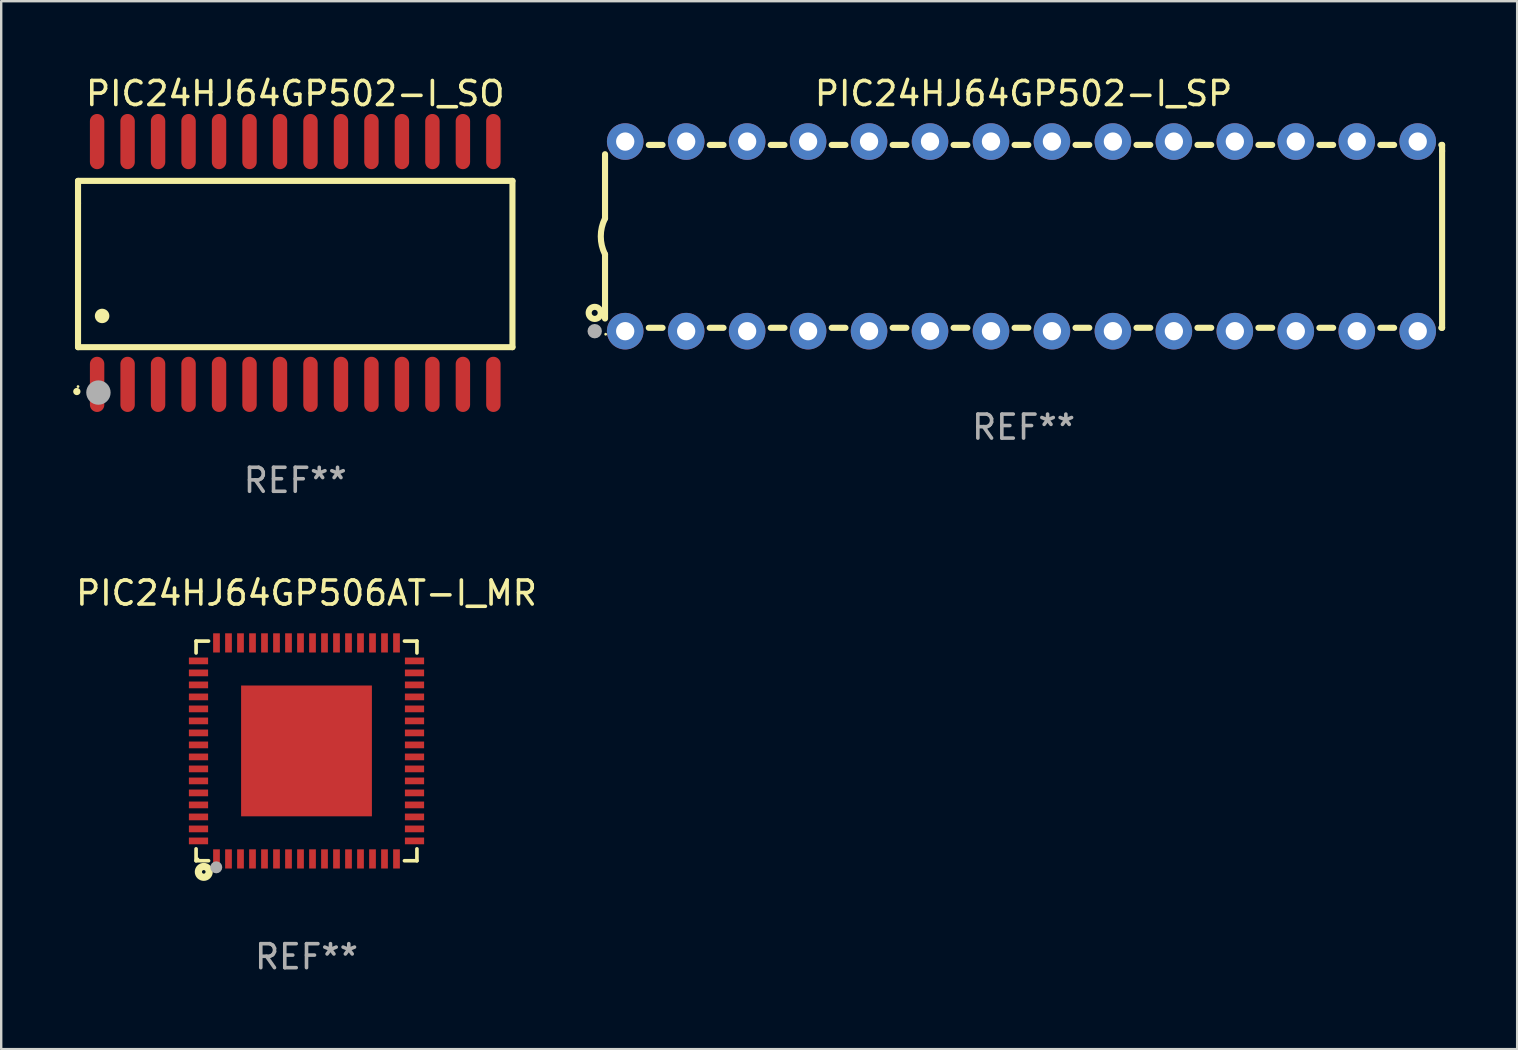
<source format=kicad_pcb>
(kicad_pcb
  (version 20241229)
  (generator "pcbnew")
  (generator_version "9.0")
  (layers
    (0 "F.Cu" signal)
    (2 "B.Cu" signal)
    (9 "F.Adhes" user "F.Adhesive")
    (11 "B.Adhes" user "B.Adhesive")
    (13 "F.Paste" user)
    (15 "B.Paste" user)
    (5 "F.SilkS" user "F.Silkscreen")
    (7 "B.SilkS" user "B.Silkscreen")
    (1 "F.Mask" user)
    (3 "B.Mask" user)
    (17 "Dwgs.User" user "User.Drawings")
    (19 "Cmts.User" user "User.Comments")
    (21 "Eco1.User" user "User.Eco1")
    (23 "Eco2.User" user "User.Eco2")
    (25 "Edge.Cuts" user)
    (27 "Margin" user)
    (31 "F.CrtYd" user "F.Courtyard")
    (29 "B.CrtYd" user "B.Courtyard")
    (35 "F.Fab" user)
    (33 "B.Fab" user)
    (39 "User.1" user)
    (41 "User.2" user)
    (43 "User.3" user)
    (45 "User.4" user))
  (footprint "PIC24HJ64GP502-I_SP"
    (layer "F.Cu")
    (at 39.596 6.798)
    (property "Reference" "PIC24HJ64GP502-I_SP" (at 0 -5.95 0) (layer "F.SilkS") (effects (font (size 1 1) (thickness 0.15))))
    (attr through_hole)
    (fp_line (start -17.438 0.75) (end -17.438 3.423) (stroke (width 0.254) (type solid)) (layer "F.SilkS"))
    (fp_line (start -17.438 -3.423) (end -17.438 -0.75) (stroke (width 0.254) (type solid)) (layer "F.SilkS"))
    (fp_line (start -15.615 3.81) (end -15.041 3.81) (stroke (width 0.254) (type solid)) (layer "F.SilkS"))
    (fp_line (start -15.041 -3.81) (end -15.614 -3.81) (stroke (width 0.254) (type solid)) (layer "F.SilkS"))
    (fp_line (start -13.075 3.81) (end -12.501 3.81) (stroke (width 0.254) (type solid)) (layer "F.SilkS"))
    (fp_line (start -12.501 -3.81) (end -13.074 -3.81) (stroke (width 0.254) (type solid)) (layer "F.SilkS"))
    (fp_line (start -10.535 3.81) (end -9.961 3.81) (stroke (width 0.254) (type solid)) (layer "F.SilkS"))
    (fp_line (start -9.961 -3.81) (end -10.534 -3.81) (stroke (width 0.254) (type solid)) (layer "F.SilkS"))
    (fp_line (start -7.995 3.81) (end -7.421 3.81) (stroke (width 0.254) (type solid)) (layer "F.SilkS"))
    (fp_line (start -7.421 -3.81) (end -7.995 -3.81) (stroke (width 0.254) (type solid)) (layer "F.SilkS"))
    (fp_line (start -5.455 3.81) (end -4.881 3.81) (stroke (width 0.254) (type solid)) (layer "F.SilkS"))
    (fp_line (start -4.881 -3.81) (end -5.455 -3.81) (stroke (width 0.254) (type solid)) (layer "F.SilkS"))
    (fp_line (start -2.915 3.81) (end -2.341 3.81) (stroke (width 0.254) (type solid)) (layer "F.SilkS"))
    (fp_line (start -2.341 -3.81) (end -2.915 -3.81) (stroke (width 0.254) (type solid)) (layer "F.SilkS"))
    (fp_line (start -0.375 3.81) (end 0.199 3.81) (stroke (width 0.254) (type solid)) (layer "F.SilkS"))
    (fp_line (start 0.199 -3.81) (end -0.375 -3.81) (stroke (width 0.254) (type solid)) (layer "F.SilkS"))
    (fp_line (start 2.165 3.81) (end 2.739 3.81) (stroke (width 0.254) (type solid)) (layer "F.SilkS"))
    (fp_line (start 2.739 -3.81) (end 2.165 -3.81) (stroke (width 0.254) (type solid)) (layer "F.SilkS"))
    (fp_line (start 4.705 3.81) (end 5.279 3.81) (stroke (width 0.254) (type solid)) (layer "F.SilkS"))
    (fp_line (start 5.279 -3.81) (end 4.705 -3.81) (stroke (width 0.254) (type solid)) (layer "F.SilkS"))
    (fp_line (start 7.245 3.81) (end 7.819 3.81) (stroke (width 0.254) (type solid)) (layer "F.SilkS"))
    (fp_line (start 7.819 -3.81) (end 7.245 -3.81) (stroke (width 0.254) (type solid)) (layer "F.SilkS"))
    (fp_line (start 9.785 3.81) (end 10.359 3.81) (stroke (width 0.254) (type solid)) (layer "F.SilkS"))
    (fp_line (start 10.359 -3.81) (end 9.785 -3.81) (stroke (width 0.254) (type solid)) (layer "F.SilkS"))
    (fp_line (start 12.325 3.81) (end 12.899 3.81) (stroke (width 0.254) (type solid)) (layer "F.SilkS"))
    (fp_line (start 12.899 -3.81) (end 12.325 -3.81) (stroke (width 0.254) (type solid)) (layer "F.SilkS"))
    (fp_line (start 14.865 3.81) (end 15.439 3.81) (stroke (width 0.254) (type solid)) (layer "F.SilkS"))
    (fp_line (start 15.439 -3.81) (end 14.865 -3.81) (stroke (width 0.254) (type solid)) (layer "F.SilkS"))
    (fp_line (start 17.405 3.81) (end 17.438 3.81) (stroke (width 0.254) (type solid)) (layer "F.SilkS"))
    (fp_line (start 17.438 -3.81) (end 17.405 -3.81) (stroke (width 0.254) (type solid)) (layer "F.SilkS"))
    (fp_line (start 17.438 -3.556) (end 17.438 -3.81) (stroke (width 0.254) (type solid)) (layer "F.SilkS"))
    (fp_line (start 17.438 3.81) (end 17.438 -3.556) (stroke (width 0.254) (type solid)) (layer "F.SilkS"))
    (fp_arc (start -17.437986 0.749657) (mid -17.614887 -0.000024) (end -17.437783 -0.749657) (stroke (width 0.254001) (type solid)) (layer "F.SilkS"))
    (fp_circle (center -17.868 3.188) (end -17.743 3.188) (stroke (width 0.254) (type solid)) (fill no) (layer "F.SilkS"))
    (fp_circle (center -17.411 4.077) (end -17.381 4.077) (stroke (width 0.06) (type solid)) (fill no) (layer "F.SilkS"))
    (fp_circle (center -17.868 3.95) (end -17.718 3.95) (stroke (width 0.3) (type solid)) (fill no) (layer "F.Fab"))
    (fp_text user "REF**" (at 0 7.95 0) (layer "F.Fab") (effects (font (size 1 1) (thickness 0.15))))
    (pad "1" thru_hole circle (at -16.598 3.95) (size 1.524 1.524) (drill 0.762) (layers "*.Cu" "*.Mask"))
    (pad "2" thru_hole circle (at -14.058 3.95) (size 1.524 1.524) (drill 0.762) (layers "*.Cu" "*.Mask"))
    (pad "3" thru_hole circle (at -11.518 3.95) (size 1.524 1.524) (drill 0.762) (layers "*.Cu" "*.Mask"))
    (pad "4" thru_hole circle (at -8.978 3.95) (size 1.524 1.524) (drill 0.762) (layers "*.Cu" "*.Mask"))
    (pad "5" thru_hole circle (at -6.438 3.95) (size 1.524 1.524) (drill 0.762) (layers "*.Cu" "*.Mask"))
    (pad "6" thru_hole circle (at -3.898 3.95) (size 1.524 1.524) (drill 0.762) (layers "*.Cu" "*.Mask"))
    (pad "7" thru_hole circle (at -1.358 3.95) (size 1.524 1.524) (drill 0.762) (layers "*.Cu" "*.Mask"))
    (pad "8" thru_hole circle (at 1.182 3.95) (size 1.524 1.524) (drill 0.762) (layers "*.Cu" "*.Mask"))
    (pad "9" thru_hole circle (at 3.722 3.95) (size 1.524 1.524) (drill 0.762) (layers "*.Cu" "*.Mask"))
    (pad "10" thru_hole circle (at 6.262 3.95) (size 1.524 1.524) (drill 0.762) (layers "*.Cu" "*.Mask"))
    (pad "11" thru_hole circle (at 8.802 3.95) (size 1.524 1.524) (drill 0.762) (layers "*.Cu" "*.Mask"))
    (pad "12" thru_hole circle (at 11.342 3.95) (size 1.524 1.524) (drill 0.762) (layers "*.Cu" "*.Mask"))
    (pad "13" thru_hole circle (at 13.882 3.95) (size 1.524 1.524) (drill 0.762) (layers "*.Cu" "*.Mask"))
    (pad "14" thru_hole circle (at 16.422 3.95) (size 1.524 1.524) (drill 0.762) (layers "*.Cu" "*.Mask"))
    (pad "15" thru_hole circle (at 16.422 -3.95) (size 1.524 1.524) (drill 0.762) (layers "*.Cu" "*.Mask"))
    (pad "16" thru_hole circle (at 13.882 -3.95) (size 1.524 1.524) (drill 0.762) (layers "*.Cu" "*.Mask"))
    (pad "17" thru_hole circle (at 11.342 -3.95) (size 1.524 1.524) (drill 0.762) (layers "*.Cu" "*.Mask"))
    (pad "18" thru_hole circle (at 8.802 -3.95) (size 1.524 1.524) (drill 0.762) (layers "*.Cu" "*.Mask"))
    (pad "19" thru_hole circle (at 6.262 -3.95) (size 1.524 1.524) (drill 0.762) (layers "*.Cu" "*.Mask"))
    (pad "20" thru_hole circle (at 3.722 -3.95) (size 1.524 1.524) (drill 0.762) (layers "*.Cu" "*.Mask"))
    (pad "21" thru_hole circle (at 1.182 -3.95) (size 1.524 1.524) (drill 0.762) (layers "*.Cu" "*.Mask"))
    (pad "22" thru_hole circle (at -1.358 -3.95) (size 1.524 1.524) (drill 0.762) (layers "*.Cu" "*.Mask"))
    (pad "23" thru_hole circle (at -3.898 -3.95) (size 1.524 1.524) (drill 0.762) (layers "*.Cu" "*.Mask"))
    (pad "24" thru_hole circle (at -6.438 -3.95) (size 1.524 1.524) (drill 0.762) (layers "*.Cu" "*.Mask"))
    (pad "25" thru_hole circle (at -8.978 -3.95) (size 1.524 1.524) (drill 0.762) (layers "*.Cu" "*.Mask"))
    (pad "26" thru_hole circle (at -11.517 -3.95) (size 1.524 1.524) (drill 0.762) (layers "*.Cu" "*.Mask"))
    (pad "27" thru_hole circle (at -14.057 -3.95) (size 1.524 1.524) (drill 0.762) (layers "*.Cu" "*.Mask"))
    (pad "28" thru_hole circle (at -16.597 -3.95) (size 1.524 1.524) (drill 0.762) (layers "*.Cu" "*.Mask")))
  (footprint "PIC24HJ64GP502-I_SO"
    (layer "F.Cu")
    (at 9.251 7.906)
    (property "Reference" "PIC24HJ64GP502-I_SO" (at 0 -7.058 0) (layer "F.SilkS") (effects (font (size 1 1) (thickness 0.15))))
    (attr through_hole)
    (fp_line (start -9.05 -3.42) (end 9.05 -3.42) (stroke (width 0.254) (type solid)) (layer "F.SilkS"))
    (fp_line (start -9.05 -2.492) (end -9.05 -3.42) (stroke (width 0.254) (type solid)) (layer "F.SilkS"))
    (fp_line (start -9.05 3.508) (end -9.05 -2.492) (stroke (width 0.254) (type solid)) (layer "F.SilkS"))
    (fp_line (start 9.05 -3.42) (end 9.05 3.508) (stroke (width 0.254) (type solid)) (layer "F.SilkS"))
    (fp_line (start 9.05 3.508) (end -9.05 3.508) (stroke (width 0.254) (type solid)) (layer "F.SilkS"))
    (fp_arc (start -9.100838 5.35649) (mid -9.099568 5.356485) (end -9.098298 5.35649) (stroke (width 0.3) (type solid)) (layer "F.SilkS"))
    (fp_arc (start -8.049276 2.206883) (mid -8.046736 2.206872) (end -8.044196 2.206883) (stroke (width 0.6) (type solid)) (layer "F.SilkS"))
    (fp_circle (center -9.05 5.15) (end -9.02 5.15) (stroke (width 0.06) (type solid)) (fill no) (layer "F.SilkS"))
    (fp_circle (center -8.2 5.4) (end -7.946 5.4) (stroke (width 0.508) (type solid)) (fill no) (layer "F.Fab"))
    (fp_text user "REF**" (at 0 9.058 0) (layer "F.Fab") (effects (font (size 1 1) (thickness 0.15))))
    (pad "1" smd oval (at -8.255 5.058 180) (size 0.6 2.3) (layers "F.Cu" "F.Mask" "F.Paste"))
    (pad "2" smd oval (at -6.985 5.058 180) (size 0.6 2.3) (layers "F.Cu" "F.Mask" "F.Paste"))
    (pad "3" smd oval (at -5.715 5.058 180) (size 0.6 2.3) (layers "F.Cu" "F.Mask" "F.Paste"))
    (pad "4" smd oval (at -4.445 5.058 180) (size 0.6 2.3) (layers "F.Cu" "F.Mask" "F.Paste"))
    (pad "5" smd oval (at -3.175 5.058 180) (size 0.6 2.3) (layers "F.Cu" "F.Mask" "F.Paste"))
    (pad "6" smd oval (at -1.905 5.058 180) (size 0.6 2.3) (layers "F.Cu" "F.Mask" "F.Paste"))
    (pad "7" smd oval (at -0.635 5.058 180) (size 0.6 2.3) (layers "F.Cu" "F.Mask" "F.Paste"))
    (pad "8" smd oval (at 0.635 5.058 180) (size 0.6 2.3) (layers "F.Cu" "F.Mask" "F.Paste"))
    (pad "9" smd oval (at 1.905 5.058 180) (size 0.6 2.3) (layers "F.Cu" "F.Mask" "F.Paste"))
    (pad "10" smd oval (at 3.175 5.058 180) (size 0.6 2.3) (layers "F.Cu" "F.Mask" "F.Paste"))
    (pad "11" smd oval (at 4.445 5.058 180) (size 0.6 2.3) (layers "F.Cu" "F.Mask" "F.Paste"))
    (pad "12" smd oval (at 5.715 5.058 180) (size 0.6 2.3) (layers "F.Cu" "F.Mask" "F.Paste"))
    (pad "13" smd oval (at 6.985 5.058 180) (size 0.6 2.3) (layers "F.Cu" "F.Mask" "F.Paste"))
    (pad "14" smd oval (at 8.255 5.058 180) (size 0.6 2.3) (layers "F.Cu" "F.Mask" "F.Paste"))
    (pad "15" smd oval (at 8.255 -5.058 180) (size 0.6 2.3) (layers "F.Cu" "F.Mask" "F.Paste"))
    (pad "16" smd oval (at 6.985 -5.058 180) (size 0.6 2.3) (layers "F.Cu" "F.Mask" "F.Paste"))
    (pad "17" smd oval (at 5.715 -5.058 180) (size 0.6 2.3) (layers "F.Cu" "F.Mask" "F.Paste"))
    (pad "18" smd oval (at 4.445 -5.058 180) (size 0.6 2.3) (layers "F.Cu" "F.Mask" "F.Paste"))
    (pad "19" smd oval (at 3.175 -5.058 180) (size 0.6 2.3) (layers "F.Cu" "F.Mask" "F.Paste"))
    (pad "20" smd oval (at 1.905 -5.058 180) (size 0.6 2.3) (layers "F.Cu" "F.Mask" "F.Paste"))
    (pad "21" smd oval (at 0.635 -5.058 180) (size 0.6 2.3) (layers "F.Cu" "F.Mask" "F.Paste"))
    (pad "22" smd oval (at -0.635 -5.058 180) (size 0.6 2.3) (layers "F.Cu" "F.Mask" "F.Paste"))
    (pad "23" smd oval (at -1.905 -5.058 180) (size 0.6 2.3) (layers "F.Cu" "F.Mask" "F.Paste"))
    (pad "24" smd oval (at -3.175 -5.058 180) (size 0.6 2.3) (layers "F.Cu" "F.Mask" "F.Paste"))
    (pad "25" smd oval (at -4.445 -5.058 180) (size 0.6 2.3) (layers "F.Cu" "F.Mask" "F.Paste"))
    (pad "26" smd oval (at -5.715 -5.058 180) (size 0.6 2.3) (layers "F.Cu" "F.Mask" "F.Paste"))
    (pad "27" smd oval (at -6.985 -5.058 180) (size 0.6 2.3) (layers "F.Cu" "F.Mask" "F.Paste"))
    (pad "28" smd oval (at -8.255 -5.058 180) (size 0.6 2.3) (layers "F.Cu" "F.Mask" "F.Paste")))
  (footprint "PIC24HJ64GP506AT-I_MR"
    (layer "F.Cu")
    (at 9.72 28.236)
    (property "Reference" "PIC24HJ64GP506AT-I_MR" (at 0 -6.576 0) (layer "F.SilkS") (effects (font (size 1 1) (thickness 0.15))))
    (attr through_hole)
    (fp_line (start -4.601 -4.576) (end -4.081 -4.576) (stroke (width 0.152) (type solid)) (layer "F.SilkS"))
    (fp_line (start -4.601 -4.081) (end -4.601 -4.576) (stroke (width 0.152) (type solid)) (layer "F.SilkS"))
    (fp_line (start -4.601 4.081) (end -4.601 4.576) (stroke (width 0.152) (type solid)) (layer "F.SilkS"))
    (fp_line (start -4.601 4.576) (end -4.081 4.576) (stroke (width 0.152) (type solid)) (layer "F.SilkS"))
    (fp_line (start 4.601 -4.576) (end 4.081 -4.576) (stroke (width 0.152) (type solid)) (layer "F.SilkS"))
    (fp_line (start 4.601 -4.081) (end 4.601 -4.576) (stroke (width 0.152) (type solid)) (layer "F.SilkS"))
    (fp_line (start 4.601 4.081) (end 4.601 4.576) (stroke (width 0.152) (type solid)) (layer "F.SilkS"))
    (fp_line (start 4.601 4.576) (end 4.081 4.576) (stroke (width 0.152) (type solid)) (layer "F.SilkS"))
    (fp_circle (center -4.525 4.5) (end -4.495 4.5) (stroke (width 0.06) (type solid)) (fill no) (layer "F.SilkS"))
    (fp_circle (center -4.28 5.04) (end -4.205 5.04) (stroke (width 0.3) (type solid)) (fill no) (layer "F.SilkS"))
    (fp_circle (center -3.76 4.85) (end -3.635 4.85) (stroke (width 0.25) (type solid)) (fill no) (layer "F.Fab"))
    (fp_text user "REF**" (at 0 8.576 0) (layer "F.Fab") (effects (font (size 1 1) (thickness 0.15))))
    (pad "1" smd rect (at -3.75 4.5) (size 0.28 0.8) (layers "F.Cu" "F.Mask" "F.Paste"))
    (pad "2" smd rect (at -3.25 4.5) (size 0.28 0.8) (layers "F.Cu" "F.Mask" "F.Paste"))
    (pad "3" smd rect (at -2.75 4.5) (size 0.28 0.8) (layers "F.Cu" "F.Mask" "F.Paste"))
    (pad "4" smd rect (at -2.25 4.5) (size 0.28 0.8) (layers "F.Cu" "F.Mask" "F.Paste"))
    (pad "5" smd rect (at -1.75 4.5) (size 0.28 0.8) (layers "F.Cu" "F.Mask" "F.Paste"))
    (pad "6" smd rect (at -1.25 4.5) (size 0.28 0.8) (layers "F.Cu" "F.Mask" "F.Paste"))
    (pad "7" smd rect (at -0.75 4.5) (size 0.28 0.8) (layers "F.Cu" "F.Mask" "F.Paste"))
    (pad "8" smd rect (at -0.25 4.5) (size 0.28 0.8) (layers "F.Cu" "F.Mask" "F.Paste"))
    (pad "9" smd rect (at 0.25 4.5) (size 0.28 0.8) (layers "F.Cu" "F.Mask" "F.Paste"))
    (pad "10" smd rect (at 0.75 4.5) (size 0.28 0.8) (layers "F.Cu" "F.Mask" "F.Paste"))
    (pad "11" smd rect (at 1.25 4.5) (size 0.28 0.8) (layers "F.Cu" "F.Mask" "F.Paste"))
    (pad "12" smd rect (at 1.75 4.5) (size 0.28 0.8) (layers "F.Cu" "F.Mask" "F.Paste"))
    (pad "13" smd rect (at 2.25 4.5) (size 0.28 0.8) (layers "F.Cu" "F.Mask" "F.Paste"))
    (pad "14" smd rect (at 2.75 4.5) (size 0.28 0.8) (layers "F.Cu" "F.Mask" "F.Paste"))
    (pad "15" smd rect (at 3.25 4.5) (size 0.28 0.8) (layers "F.Cu" "F.Mask" "F.Paste"))
    (pad "16" smd rect (at 3.75 4.5) (size 0.28 0.8) (layers "F.Cu" "F.Mask" "F.Paste"))
    (pad "17" smd rect (at 4.5 3.75) (size 0.8 0.28) (layers "F.Cu" "F.Mask" "F.Paste"))
    (pad "18" smd rect (at 4.5 3.25) (size 0.8 0.28) (layers "F.Cu" "F.Mask" "F.Paste"))
    (pad "19" smd rect (at 4.5 2.75) (size 0.8 0.28) (layers "F.Cu" "F.Mask" "F.Paste"))
    (pad "20" smd rect (at 4.5 2.25) (size 0.8 0.28) (layers "F.Cu" "F.Mask" "F.Paste"))
    (pad "21" smd rect (at 4.5 1.75) (size 0.8 0.28) (layers "F.Cu" "F.Mask" "F.Paste"))
    (pad "22" smd rect (at 4.5 1.25) (size 0.8 0.28) (layers "F.Cu" "F.Mask" "F.Paste"))
    (pad "23" smd rect (at 4.5 0.75) (size 0.8 0.28) (layers "F.Cu" "F.Mask" "F.Paste"))
    (pad "24" smd rect (at 4.5 0.25) (size 0.8 0.28) (layers "F.Cu" "F.Mask" "F.Paste"))
    (pad "25" smd rect (at 4.5 -0.25) (size 0.8 0.28) (layers "F.Cu" "F.Mask" "F.Paste"))
    (pad "26" smd rect (at 4.5 -0.75) (size 0.8 0.28) (layers "F.Cu" "F.Mask" "F.Paste"))
    (pad "27" smd rect (at 4.5 -1.25) (size 0.8 0.28) (layers "F.Cu" "F.Mask" "F.Paste"))
    (pad "28" smd rect (at 4.5 -1.75) (size 0.8 0.28) (layers "F.Cu" "F.Mask" "F.Paste"))
    (pad "29" smd rect (at 4.5 -2.25) (size 0.8 0.28) (layers "F.Cu" "F.Mask" "F.Paste"))
    (pad "30" smd rect (at 4.5 -2.75) (size 0.8 0.28) (layers "F.Cu" "F.Mask" "F.Paste"))
    (pad "31" smd rect (at 4.5 -3.25) (size 0.8 0.28) (layers "F.Cu" "F.Mask" "F.Paste"))
    (pad "32" smd rect (at 4.5 -3.75) (size 0.8 0.28) (layers "F.Cu" "F.Mask" "F.Paste"))
    (pad "33" smd rect (at 3.75 -4.5) (size 0.28 0.8) (layers "F.Cu" "F.Mask" "F.Paste"))
    (pad "34" smd rect (at 3.25 -4.5) (size 0.28 0.8) (layers "F.Cu" "F.Mask" "F.Paste"))
    (pad "35" smd rect (at 2.75 -4.5) (size 0.28 0.8) (layers "F.Cu" "F.Mask" "F.Paste"))
    (pad "36" smd rect (at 2.25 -4.5) (size 0.28 0.8) (layers "F.Cu" "F.Mask" "F.Paste"))
    (pad "37" smd rect (at 1.75 -4.5) (size 0.28 0.8) (layers "F.Cu" "F.Mask" "F.Paste"))
    (pad "38" smd rect (at 1.25 -4.5) (size 0.28 0.8) (layers "F.Cu" "F.Mask" "F.Paste"))
    (pad "39" smd rect (at 0.75 -4.5) (size 0.28 0.8) (layers "F.Cu" "F.Mask" "F.Paste"))
    (pad "40" smd rect (at 0.25 -4.5) (size 0.28 0.8) (layers "F.Cu" "F.Mask" "F.Paste"))
    (pad "41" smd rect (at -0.25 -4.5) (size 0.28 0.8) (layers "F.Cu" "F.Mask" "F.Paste"))
    (pad "42" smd rect (at -0.75 -4.5) (size 0.28 0.8) (layers "F.Cu" "F.Mask" "F.Paste"))
    (pad "43" smd rect (at -1.25 -4.5) (size 0.28 0.8) (layers "F.Cu" "F.Mask" "F.Paste"))
    (pad "44" smd rect (at -1.75 -4.5) (size 0.28 0.8) (layers "F.Cu" "F.Mask" "F.Paste"))
    (pad "45" smd rect (at -2.25 -4.5) (size 0.28 0.8) (layers "F.Cu" "F.Mask" "F.Paste"))
    (pad "46" smd rect (at -2.75 -4.5) (size 0.28 0.8) (layers "F.Cu" "F.Mask" "F.Paste"))
    (pad "47" smd rect (at -3.25 -4.5) (size 0.28 0.8) (layers "F.Cu" "F.Mask" "F.Paste"))
    (pad "48" smd rect (at -3.75 -4.5) (size 0.28 0.8) (layers "F.Cu" "F.Mask" "F.Paste"))
    (pad "49" smd rect (at -4.5 -3.75) (size 0.8 0.28) (layers "F.Cu" "F.Mask" "F.Paste"))
    (pad "50" smd rect (at -4.5 -3.25) (size 0.8 0.28) (layers "F.Cu" "F.Mask" "F.Paste"))
    (pad "51" smd rect (at -4.5 -2.75) (size 0.8 0.28) (layers "F.Cu" "F.Mask" "F.Paste"))
    (pad "52" smd rect (at -4.5 -2.25) (size 0.8 0.28) (layers "F.Cu" "F.Mask" "F.Paste"))
    (pad "53" smd rect (at -4.5 -1.75) (size 0.8 0.28) (layers "F.Cu" "F.Mask" "F.Paste"))
    (pad "54" smd rect (at -4.5 -1.25) (size 0.8 0.28) (layers "F.Cu" "F.Mask" "F.Paste"))
    (pad "55" smd rect (at -4.5 -0.75) (size 0.8 0.28) (layers "F.Cu" "F.Mask" "F.Paste"))
    (pad "56" smd rect (at -4.5 -0.25) (size 0.8 0.28) (layers "F.Cu" "F.Mask" "F.Paste"))
    (pad "57" smd rect (at -4.5 0.25) (size 0.8 0.28) (layers "F.Cu" "F.Mask" "F.Paste"))
    (pad "58" smd rect (at -4.5 0.75) (size 0.8 0.28) (layers "F.Cu" "F.Mask" "F.Paste"))
    (pad "59" smd rect (at -4.5 1.25) (size 0.8 0.28) (layers "F.Cu" "F.Mask" "F.Paste"))
    (pad "60" smd rect (at -4.5 1.75) (size 0.8 0.28) (layers "F.Cu" "F.Mask" "F.Paste"))
    (pad "61" smd rect (at -4.5 2.25) (size 0.8 0.28) (layers "F.Cu" "F.Mask" "F.Paste"))
    (pad "62" smd rect (at -4.5 2.75) (size 0.8 0.28) (layers "F.Cu" "F.Mask" "F.Paste"))
    (pad "63" smd rect (at -4.5 3.25) (size 0.8 0.28) (layers "F.Cu" "F.Mask" "F.Paste"))
    (pad "64" smd rect (at -4.5 3.75) (size 0.8 0.28) (layers "F.Cu" "F.Mask" "F.Paste"))
    (pad "65" smd rect (at 0 0) (size 5.45 5.45) (layers "F.Cu" "F.Mask" "F.Paste")))
  (gr_rect
    (start -3 -3)
    (end 60.161 40.66)
    (stroke (width 0.1) (type default))
    (fill no)
    (layer "Edge.Cuts")))
</source>
